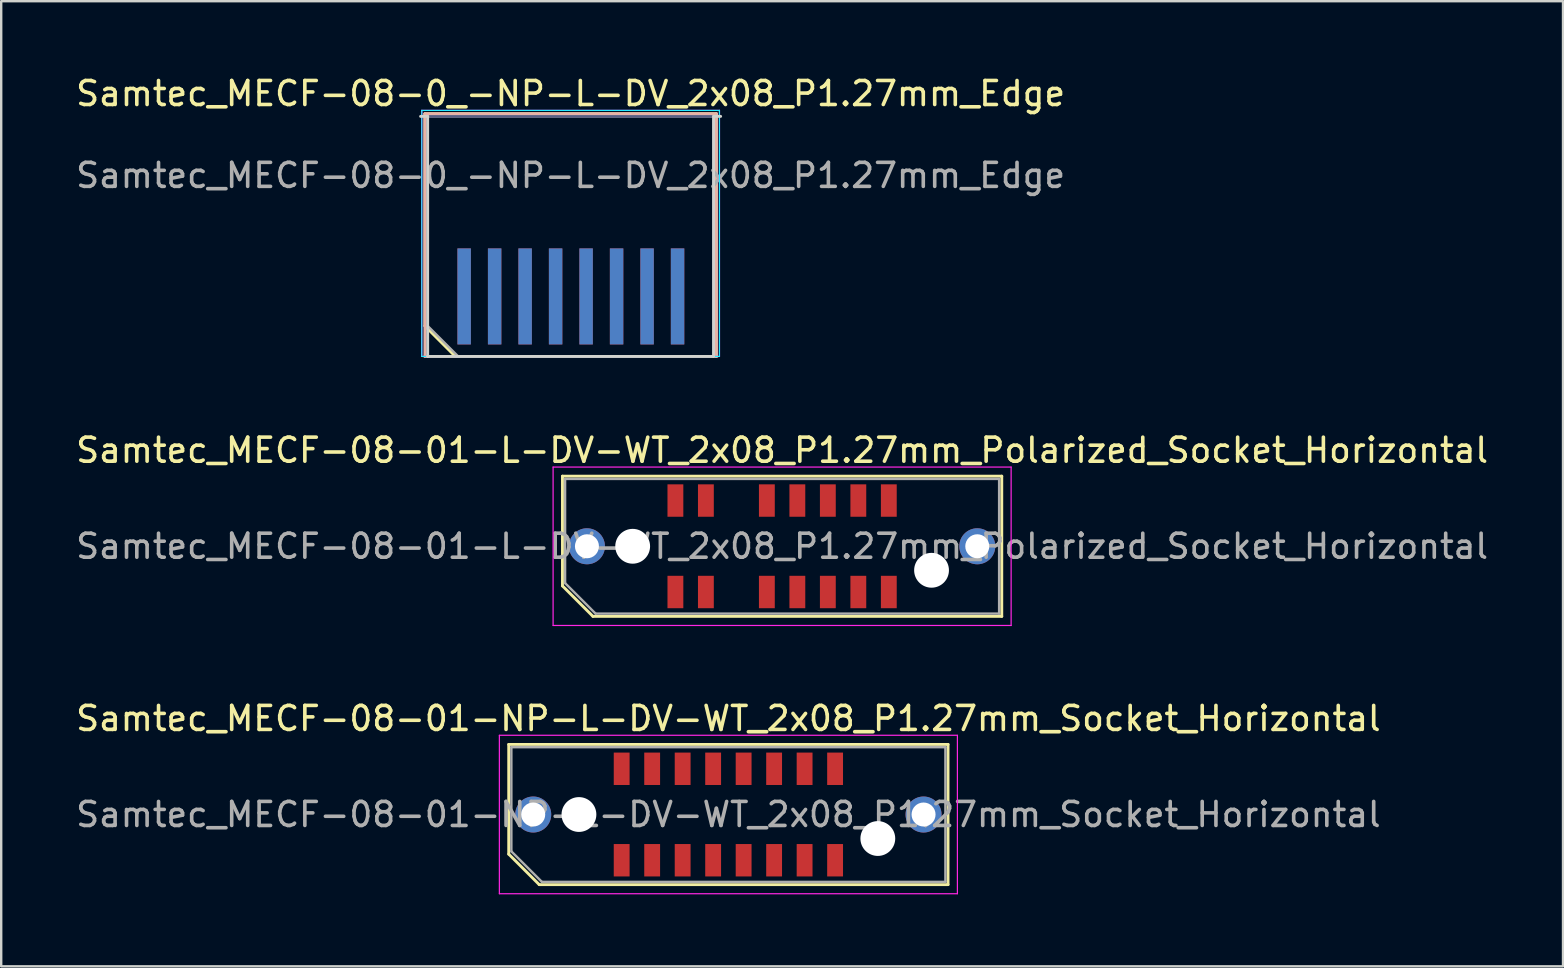
<source format=kicad_pcb>
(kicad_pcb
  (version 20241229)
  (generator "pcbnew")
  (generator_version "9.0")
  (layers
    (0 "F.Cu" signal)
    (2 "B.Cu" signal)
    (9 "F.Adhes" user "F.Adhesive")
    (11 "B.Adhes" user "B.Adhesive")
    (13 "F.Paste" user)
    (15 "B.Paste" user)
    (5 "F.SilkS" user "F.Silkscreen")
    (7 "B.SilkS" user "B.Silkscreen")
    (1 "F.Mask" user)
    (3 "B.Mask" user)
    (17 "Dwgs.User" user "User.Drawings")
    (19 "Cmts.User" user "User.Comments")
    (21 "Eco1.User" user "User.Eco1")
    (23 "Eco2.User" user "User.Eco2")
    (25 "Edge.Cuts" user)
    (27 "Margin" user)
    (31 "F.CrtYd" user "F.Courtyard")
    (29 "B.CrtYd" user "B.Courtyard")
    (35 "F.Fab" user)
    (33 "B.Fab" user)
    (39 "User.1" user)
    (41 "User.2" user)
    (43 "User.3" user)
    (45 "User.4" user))
  (footprint "Samtec_MECF-08-0_-NP-L-DV_2x08_P1.27mm_Edge"
    (layer "F.Cu")
    (at 20.72 6.798)
    (property "Reference" "Samtec_MECF-08-0_-NP-L-DV_2x08_P1.27mm_Edge" (at 0 -5.95 0) (layer "F.SilkS") (effects (font (size 1 1) (thickness 0.15))))
    (attr exclude_from_pos_files exclude_from_bom)
    (fp_line (start -6.07 -5.11) (end 6.07 -5.11) (stroke (width 0.12) (type solid)) (layer "F.SilkS"))
    (fp_line (start -6.07 3.73) (end -6.07 -5.11) (stroke (width 0.12) (type solid)) (layer "F.SilkS"))
    (fp_line (start -4.8 5) (end -6.07 3.73) (stroke (width 0.12) (type solid)) (layer "F.SilkS"))
    (fp_line (start -4.8 5) (end 6.07 5) (stroke (width 0.12) (type solid)) (layer "F.SilkS"))
    (fp_line (start 6.07 5) (end 6.07 -5.11) (stroke (width 0.12) (type solid)) (layer "F.SilkS"))
    (fp_line (start -6.07 -5.11) (end 6.07 -5.11) (stroke (width 0.12) (type solid)) (layer "B.SilkS"))
    (fp_line (start -6.07 5) (end -6.07 -5.11) (stroke (width 0.12) (type solid)) (layer "B.SilkS"))
    (fp_line (start -6.07 5) (end 6.07 5) (stroke (width 0.12) (type solid)) (layer "B.SilkS"))
    (fp_line (start 6.07 5) (end 6.07 -5.11) (stroke (width 0.12) (type solid)) (layer "B.SilkS"))
    (fp_line (start -6.25 -5) (end -5.955 -5) (stroke (width 0.12) (type solid)) (layer "Edge.Cuts"))
    (fp_line (start -5.955 5) (end -5.955 -5) (stroke (width 0.12) (type solid)) (layer "Edge.Cuts"))
    (fp_line (start -5.955 5) (end 5.955 5) (stroke (width 0.12) (type solid)) (layer "Edge.Cuts"))
    (fp_line (start 5.955 5) (end 5.955 -5) (stroke (width 0.12) (type solid)) (layer "Edge.Cuts"))
    (fp_line (start 6.25 -5) (end 5.955 -5) (stroke (width 0.12) (type solid)) (layer "Edge.Cuts"))
    (fp_line (start -6.2 -5.25) (end -6.2 5) (stroke (width 0.05) (type solid)) (layer "B.CrtYd"))
    (fp_line (start -6.2 5) (end 6.2 5) (stroke (width 0.05) (type solid)) (layer "B.CrtYd"))
    (fp_line (start 6.2 -5.25) (end -6.2 -5.25) (stroke (width 0.05) (type solid)) (layer "B.CrtYd"))
    (fp_line (start 6.2 5) (end 6.2 -5.25) (stroke (width 0.05) (type solid)) (layer "B.CrtYd"))
    (fp_line (start -6.2 -5.25) (end -6.2 5) (stroke (width 0.05) (type solid)) (layer "F.CrtYd"))
    (fp_line (start -6.2 5) (end 6.2 5) (stroke (width 0.05) (type solid)) (layer "F.CrtYd"))
    (fp_line (start 6.2 -5.25) (end -6.2 -5.25) (stroke (width 0.05) (type solid)) (layer "F.CrtYd"))
    (fp_line (start 6.2 5) (end 6.2 -5.25) (stroke (width 0.05) (type solid)) (layer "F.CrtYd"))
    (fp_line (start -5.955 -5) (end 5.955 -5) (stroke (width 0.1) (type solid)) (layer "B.Fab"))
    (fp_line (start -5.955 5) (end -5.955 -5) (stroke (width 0.1) (type solid)) (layer "B.Fab"))
    (fp_line (start -5.955 5) (end 5.955 5) (stroke (width 0.1) (type solid)) (layer "B.Fab"))
    (fp_line (start 5.955 5) (end 5.955 -5) (stroke (width 0.1) (type solid)) (layer "B.Fab"))
    (fp_line (start -5.955 -5) (end 5.955 -5) (stroke (width 0.1) (type solid)) (layer "F.Fab"))
    (fp_line (start -5.955 3.73) (end -5.955 -5) (stroke (width 0.1) (type solid)) (layer "F.Fab"))
    (fp_line (start -5.955 3.73) (end -4.685 5) (stroke (width 0.1) (type solid)) (layer "F.Fab"))
    (fp_line (start -4.685 5) (end 5.955 5) (stroke (width 0.1) (type solid)) (layer "F.Fab"))
    (fp_line (start 5.955 5) (end 5.955 -5) (stroke (width 0.1) (type solid)) (layer "F.Fab"))
    (fp_text user "${REFERENCE}" (at 0 -2.54 0) (layer "F.Fab") (effects (font (size 1 1) (thickness 0.15))))
    (pad "1" connect rect (at -4.435 2.5) (size 0.56 4) (layers "F.Cu" "F.Mask"))
    (pad "2" connect rect (at -4.435 2.5) (size 0.56 4) (layers "B.Cu" "B.Mask"))
    (pad "3" connect rect (at -3.165 2.5) (size 0.56 4) (layers "F.Cu" "F.Mask"))
    (pad "4" connect rect (at -3.165 2.5) (size 0.56 4) (layers "B.Cu" "B.Mask"))
    (pad "5" connect rect (at -1.895 2.5) (size 0.56 4) (layers "F.Cu" "F.Mask"))
    (pad "6" connect rect (at -1.895 2.5) (size 0.56 4) (layers "B.Cu" "B.Mask"))
    (pad "7" connect rect (at -0.625 2.5) (size 0.56 4) (layers "F.Cu" "F.Mask"))
    (pad "8" connect rect (at -0.625 2.5) (size 0.56 4) (layers "B.Cu" "B.Mask"))
    (pad "9" connect rect (at 0.645 2.5) (size 0.56 4) (layers "F.Cu" "F.Mask"))
    (pad "10" connect rect (at 0.645 2.5) (size 0.56 4) (layers "B.Cu" "B.Mask"))
    (pad "11" connect rect (at 1.915 2.5) (size 0.56 4) (layers "F.Cu" "F.Mask"))
    (pad "12" connect rect (at 1.915 2.5) (size 0.56 4) (layers "B.Cu" "B.Mask"))
    (pad "13" connect rect (at 3.185 2.5) (size 0.56 4) (layers "F.Cu" "F.Mask"))
    (pad "14" connect rect (at 3.185 2.5) (size 0.56 4) (layers "B.Cu" "B.Mask"))
    (pad "15" connect rect (at 4.455 2.5) (size 0.56 4) (layers "F.Cu" "F.Mask"))
    (pad "16" connect rect (at 4.455 2.5) (size 0.56 4) (layers "B.Cu" "B.Mask")))
  (footprint "Samtec_MECF-08-01-NP-L-DV-WT_2x08_P1.27mm_Socket_Horizontal"
    (layer "F.Cu")
    (at 27.292 30.88)
    (property "Reference" "Samtec_MECF-08-01-NP-L-DV-WT_2x08_P1.27mm_Socket_Horizontal" (at 0 -4 0) (layer "F.SilkS") (effects (font (size 1 1) (thickness 0.15))))
    (attr smd)
    (fp_line (start -9.15 -2.92) (end 9.15 -2.92) (stroke (width 0.12) (type solid)) (layer "F.SilkS"))
    (fp_line (start -9.15 1.65) (end -9.15 -2.92) (stroke (width 0.12) (type solid)) (layer "F.SilkS"))
    (fp_line (start -7.88 2.92) (end -9.15 1.65) (stroke (width 0.12) (type solid)) (layer "F.SilkS"))
    (fp_line (start -7.88 2.92) (end 9.15 2.92) (stroke (width 0.12) (type solid)) (layer "F.SilkS"))
    (fp_line (start 9.15 2.92) (end 9.15 -2.92) (stroke (width 0.12) (type solid)) (layer "F.SilkS"))
    (fp_line (start -9.54 -3.3) (end -9.54 3.3) (stroke (width 0.05) (type solid)) (layer "F.CrtYd"))
    (fp_line (start -9.54 3.3) (end 9.54 3.3) (stroke (width 0.05) (type solid)) (layer "F.CrtYd"))
    (fp_line (start 9.54 -3.3) (end -9.54 -3.3) (stroke (width 0.05) (type solid)) (layer "F.CrtYd"))
    (fp_line (start 9.54 3.3) (end 9.54 -3.3) (stroke (width 0.05) (type solid)) (layer "F.CrtYd"))
    (fp_line (start -9.04 -2.805) (end 9.04 -2.805) (stroke (width 0.1) (type solid)) (layer "F.Fab"))
    (fp_line (start -9.04 1.535) (end -9.04 -2.805) (stroke (width 0.1) (type solid)) (layer "F.Fab"))
    (fp_line (start -9.04 1.535) (end -7.77 2.805) (stroke (width 0.1) (type solid)) (layer "F.Fab"))
    (fp_line (start -7.77 2.805) (end 9.04 2.805) (stroke (width 0.1) (type solid)) (layer "F.Fab"))
    (fp_line (start 9.04 2.805) (end 9.04 -2.805) (stroke (width 0.1) (type solid)) (layer "F.Fab"))
    (fp_text user "${REFERENCE}" (at 0 0 0) (layer "F.Fab") (effects (font (size 1 1) (thickness 0.15))))
    (pad "" thru_hole circle (at -8.13 0) (size 1.5 1.5) (drill 1) (layers "*.Cu" "*.Mask"))
    (pad "" np_thru_hole circle (at -6.225 0) (size 1.45 1.45) (drill 1.45) (layers "*.Cu" "*.Mask"))
    (pad "" np_thru_hole circle (at 6.225 1) (size 1.45 1.45) (drill 1.45) (layers "*.Cu" "*.Mask"))
    (pad "" thru_hole circle (at 8.13 0) (size 1.5 1.5) (drill 1) (layers "*.Cu" "*.Mask"))
    (pad "1" smd rect (at -4.445 1.905) (size 0.66 1.35) (layers "F.Cu" "F.Mask" "F.Paste"))
    (pad "2" smd rect (at -4.445 -1.905) (size 0.66 1.35) (layers "F.Cu" "F.Mask" "F.Paste"))
    (pad "3" smd rect (at -3.175 1.905) (size 0.66 1.35) (layers "F.Cu" "F.Mask" "F.Paste"))
    (pad "4" smd rect (at -3.175 -1.905) (size 0.66 1.35) (layers "F.Cu" "F.Mask" "F.Paste"))
    (pad "5" smd rect (at -1.905 1.905) (size 0.66 1.35) (layers "F.Cu" "F.Mask" "F.Paste"))
    (pad "6" smd rect (at -1.905 -1.905) (size 0.66 1.35) (layers "F.Cu" "F.Mask" "F.Paste"))
    (pad "7" smd rect (at -0.635 1.905) (size 0.66 1.35) (layers "F.Cu" "F.Mask" "F.Paste"))
    (pad "8" smd rect (at -0.635 -1.905) (size 0.66 1.35) (layers "F.Cu" "F.Mask" "F.Paste"))
    (pad "9" smd rect (at 0.635 1.905) (size 0.66 1.35) (layers "F.Cu" "F.Mask" "F.Paste"))
    (pad "10" smd rect (at 0.635 -1.905) (size 0.66 1.35) (layers "F.Cu" "F.Mask" "F.Paste"))
    (pad "11" smd rect (at 1.905 1.905) (size 0.66 1.35) (layers "F.Cu" "F.Mask" "F.Paste"))
    (pad "12" smd rect (at 1.905 -1.905) (size 0.66 1.35) (layers "F.Cu" "F.Mask" "F.Paste"))
    (pad "13" smd rect (at 3.175 1.905) (size 0.66 1.35) (layers "F.Cu" "F.Mask" "F.Paste"))
    (pad "14" smd rect (at 3.175 -1.905) (size 0.66 1.35) (layers "F.Cu" "F.Mask" "F.Paste"))
    (pad "15" smd rect (at 4.445 1.905) (size 0.66 1.35) (layers "F.Cu" "F.Mask" "F.Paste"))
    (pad "16" smd rect (at 4.445 -1.905) (size 0.66 1.35) (layers "F.Cu" "F.Mask" "F.Paste")))
  (footprint "Samtec_MECF-08-01-L-DV-WT_2x08_P1.27mm_Polarized_Socket_Horizontal"
    (layer "F.Cu")
    (at 29.53 19.706)
    (property "Reference" "Samtec_MECF-08-01-L-DV-WT_2x08_P1.27mm_Polarized_Socket_Horizontal" (at 0 -4 0) (layer "F.SilkS") (effects (font (size 1 1) (thickness 0.15))))
    (attr smd)
    (fp_line (start -9.15 -2.92) (end 9.15 -2.92) (stroke (width 0.12) (type solid)) (layer "F.SilkS"))
    (fp_line (start -9.15 1.65) (end -9.15 -2.92) (stroke (width 0.12) (type solid)) (layer "F.SilkS"))
    (fp_line (start -7.88 2.92) (end -9.15 1.65) (stroke (width 0.12) (type solid)) (layer "F.SilkS"))
    (fp_line (start -7.88 2.92) (end 9.15 2.92) (stroke (width 0.12) (type solid)) (layer "F.SilkS"))
    (fp_line (start 9.15 2.92) (end 9.15 -2.92) (stroke (width 0.12) (type solid)) (layer "F.SilkS"))
    (fp_line (start -9.54 -3.3) (end -9.54 3.3) (stroke (width 0.05) (type solid)) (layer "F.CrtYd"))
    (fp_line (start -9.54 3.3) (end 9.54 3.3) (stroke (width 0.05) (type solid)) (layer "F.CrtYd"))
    (fp_line (start 9.54 -3.3) (end -9.54 -3.3) (stroke (width 0.05) (type solid)) (layer "F.CrtYd"))
    (fp_line (start 9.54 3.3) (end 9.54 -3.3) (stroke (width 0.05) (type solid)) (layer "F.CrtYd"))
    (fp_line (start -9.04 -2.805) (end 9.04 -2.805) (stroke (width 0.1) (type solid)) (layer "F.Fab"))
    (fp_line (start -9.04 1.535) (end -9.04 -2.805) (stroke (width 0.1) (type solid)) (layer "F.Fab"))
    (fp_line (start -9.04 1.535) (end -7.77 2.805) (stroke (width 0.1) (type solid)) (layer "F.Fab"))
    (fp_line (start -7.77 2.805) (end 9.04 2.805) (stroke (width 0.1) (type solid)) (layer "F.Fab"))
    (fp_line (start 9.04 2.805) (end 9.04 -2.805) (stroke (width 0.1) (type solid)) (layer "F.Fab"))
    (fp_text user "${REFERENCE}" (at 0 0 0) (layer "F.Fab") (effects (font (size 1 1) (thickness 0.15))))
    (pad "" thru_hole circle (at -8.13 0) (size 1.5 1.5) (drill 1) (layers "*.Cu" "*.Mask"))
    (pad "" np_thru_hole circle (at -6.225 0) (size 1.45 1.45) (drill 1.45) (layers "*.Cu" "*.Mask"))
    (pad "" np_thru_hole circle (at 6.225 1) (size 1.45 1.45) (drill 1.45) (layers "*.Cu" "*.Mask"))
    (pad "" thru_hole circle (at 8.13 0) (size 1.5 1.5) (drill 1) (layers "*.Cu" "*.Mask"))
    (pad "1" smd rect (at -4.445 1.905) (size 0.66 1.35) (layers "F.Cu" "F.Mask" "F.Paste"))
    (pad "2" smd rect (at -4.445 -1.905) (size 0.66 1.35) (layers "F.Cu" "F.Mask" "F.Paste"))
    (pad "3" smd rect (at -3.175 1.905) (size 0.66 1.35) (layers "F.Cu" "F.Mask" "F.Paste"))
    (pad "4" smd rect (at -3.175 -1.905) (size 0.66 1.35) (layers "F.Cu" "F.Mask" "F.Paste"))
    (pad "7" smd rect (at -0.635 1.905) (size 0.66 1.35) (layers "F.Cu" "F.Mask" "F.Paste"))
    (pad "8" smd rect (at -0.635 -1.905) (size 0.66 1.35) (layers "F.Cu" "F.Mask" "F.Paste"))
    (pad "9" smd rect (at 0.635 1.905) (size 0.66 1.35) (layers "F.Cu" "F.Mask" "F.Paste"))
    (pad "10" smd rect (at 0.635 -1.905) (size 0.66 1.35) (layers "F.Cu" "F.Mask" "F.Paste"))
    (pad "11" smd rect (at 1.905 1.905) (size 0.66 1.35) (layers "F.Cu" "F.Mask" "F.Paste"))
    (pad "12" smd rect (at 1.905 -1.905) (size 0.66 1.35) (layers "F.Cu" "F.Mask" "F.Paste"))
    (pad "13" smd rect (at 3.175 1.905) (size 0.66 1.35) (layers "F.Cu" "F.Mask" "F.Paste"))
    (pad "14" smd rect (at 3.175 -1.905) (size 0.66 1.35) (layers "F.Cu" "F.Mask" "F.Paste"))
    (pad "15" smd rect (at 4.445 1.905) (size 0.66 1.35) (layers "F.Cu" "F.Mask" "F.Paste"))
    (pad "16" smd rect (at 4.445 -1.905) (size 0.66 1.35) (layers "F.Cu" "F.Mask" "F.Paste")))
  (gr_rect
    (start -3 -3)
    (end 62.06 37.205)
    (stroke (width 0.1) (type default))
    (fill no)
    (layer "Edge.Cuts")))
</source>
